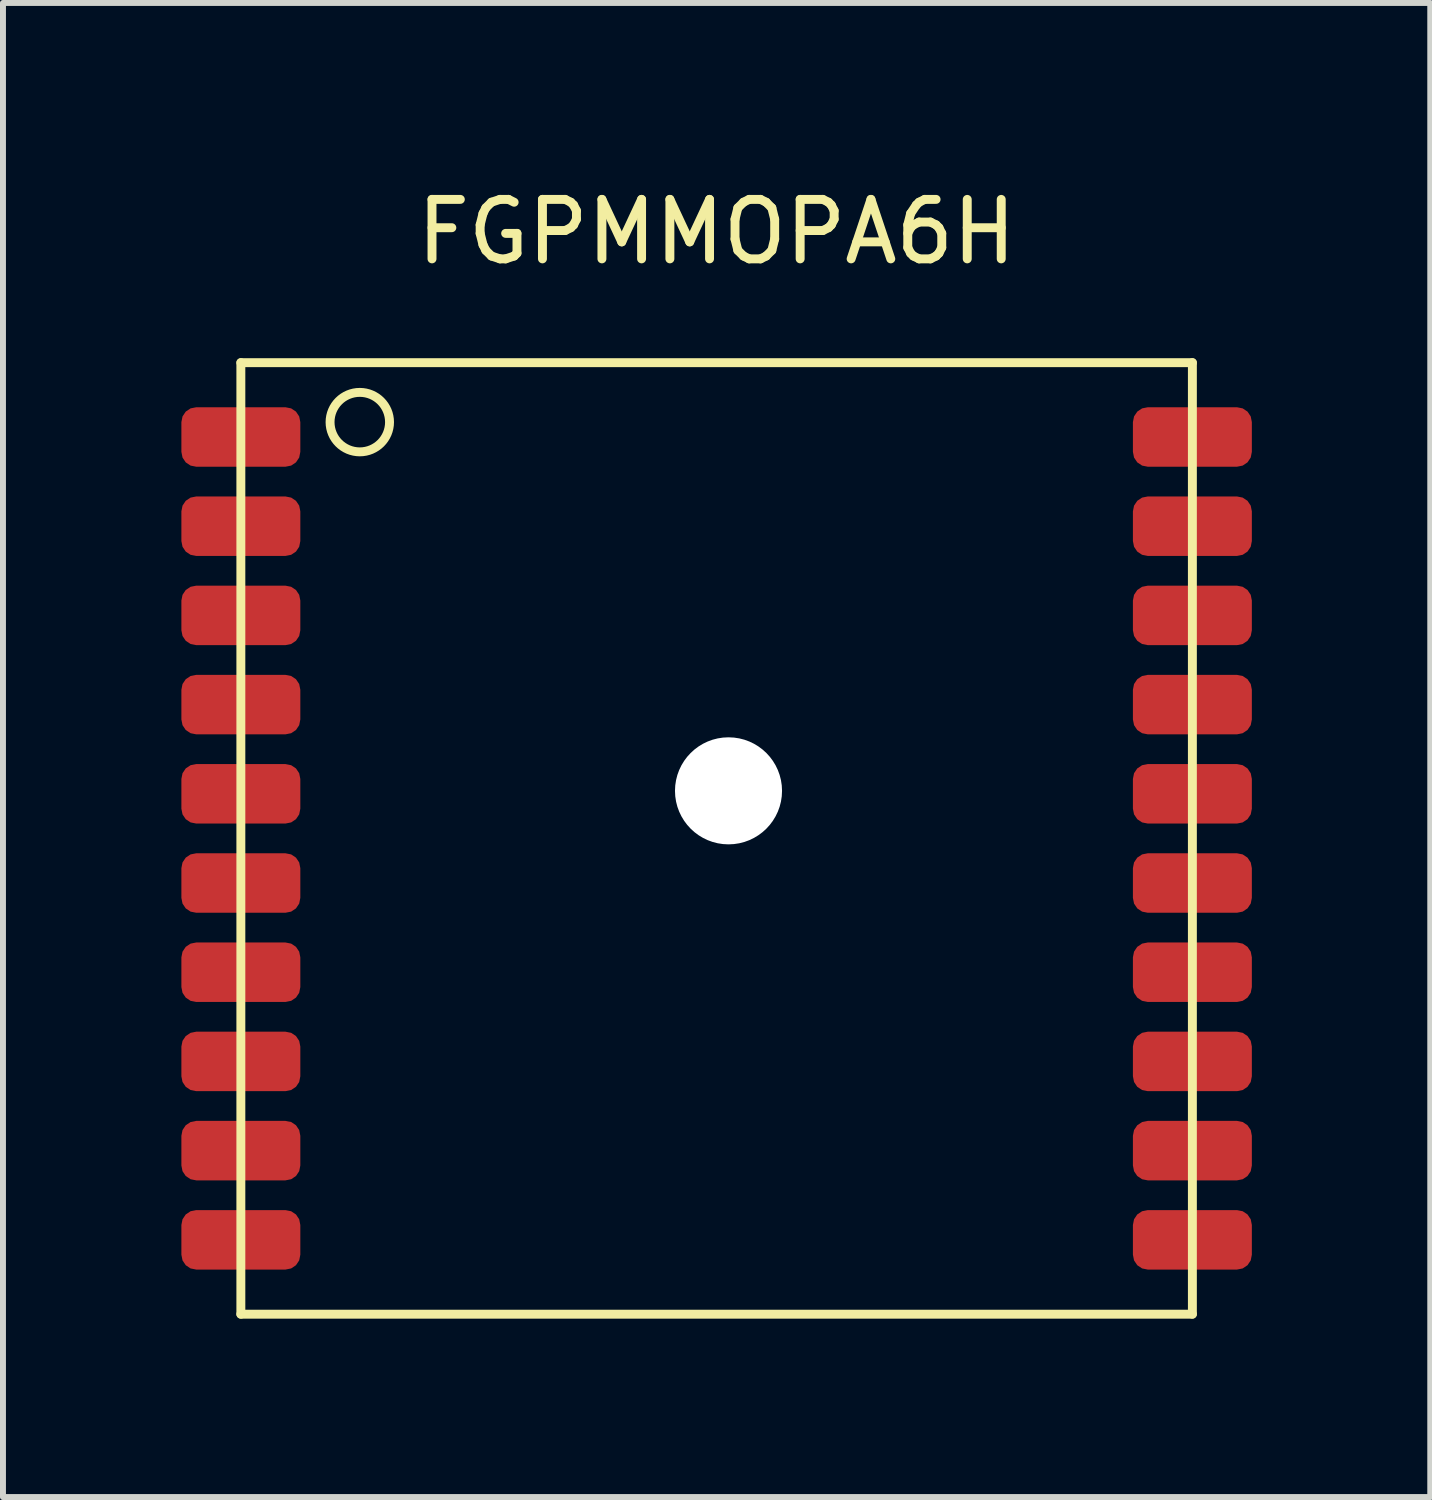
<source format=kicad_pcb>
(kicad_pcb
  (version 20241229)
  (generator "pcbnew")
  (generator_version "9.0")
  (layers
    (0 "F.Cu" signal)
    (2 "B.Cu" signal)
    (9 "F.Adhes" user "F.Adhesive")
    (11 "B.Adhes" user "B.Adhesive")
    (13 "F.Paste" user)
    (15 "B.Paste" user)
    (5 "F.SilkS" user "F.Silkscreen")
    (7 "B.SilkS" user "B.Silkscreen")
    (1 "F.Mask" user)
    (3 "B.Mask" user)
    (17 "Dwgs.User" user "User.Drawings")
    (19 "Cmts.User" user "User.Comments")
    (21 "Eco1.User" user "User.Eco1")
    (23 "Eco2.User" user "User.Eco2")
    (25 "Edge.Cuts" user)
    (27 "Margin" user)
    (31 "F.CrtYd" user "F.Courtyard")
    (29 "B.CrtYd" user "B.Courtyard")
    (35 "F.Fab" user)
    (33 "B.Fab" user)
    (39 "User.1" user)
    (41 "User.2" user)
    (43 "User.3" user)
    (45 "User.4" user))
  (footprint "FGPMMOPA6H"
    (layer "F.Cu")
    (at 9 11.048)
    (property "Reference" "FGPMMOPA6H" (at 0 -10.2 0) (layer "F.SilkS") (effects (font (size 1 1) (thickness 0.15))))
    (attr through_hole)
    (fp_line (start -8 -8) (end 8 -8) (stroke (width 0.15) (type solid)) (layer "F.SilkS"))
    (fp_line (start -8 8) (end -8 -8) (stroke (width 0.15) (type solid)) (layer "F.SilkS"))
    (fp_line (start 8 -8) (end 8 8) (stroke (width 0.15) (type solid)) (layer "F.SilkS"))
    (fp_line (start 8 8) (end -8 8) (stroke (width 0.15) (type solid)) (layer "F.SilkS"))
    (fp_circle (center -6 -7) (end -5.5 -7) (stroke (width 0.15) (type solid)) (fill no) (layer "F.SilkS"))
    (pad "" np_thru_hole circle (at 0.2 -0.8) (size 1.8 1.8) (drill 1.8) (layers "*.Cu" "*.Mask"))
    (pad "1" smd roundrect (at -8 -6.75) (size 2 1) (layers "F.Cu" "F.Mask" "F.Paste") (roundrect_rratio 0.25))
    (pad "2" smd roundrect (at -8 -5.25) (size 2 1) (layers "F.Cu" "F.Mask" "F.Paste") (roundrect_rratio 0.25))
    (pad "3" smd roundrect (at -8 -3.75) (size 2 1) (layers "F.Cu" "F.Mask" "F.Paste") (roundrect_rratio 0.25))
    (pad "4" smd roundrect (at -8 -2.25) (size 2 1) (layers "F.Cu" "F.Mask" "F.Paste") (roundrect_rratio 0.25))
    (pad "5" smd roundrect (at -8 -0.75) (size 2 1) (layers "F.Cu" "F.Mask" "F.Paste") (roundrect_rratio 0.25))
    (pad "6" smd roundrect (at -8 0.75) (size 2 1) (layers "F.Cu" "F.Mask" "F.Paste") (roundrect_rratio 0.25))
    (pad "7" smd roundrect (at -8 2.25) (size 2 1) (layers "F.Cu" "F.Mask" "F.Paste") (roundrect_rratio 0.25))
    (pad "8" smd roundrect (at -8 3.75) (size 2 1) (layers "F.Cu" "F.Mask" "F.Paste") (roundrect_rratio 0.25))
    (pad "9" smd roundrect (at -8 5.25) (size 2 1) (layers "F.Cu" "F.Mask" "F.Paste") (roundrect_rratio 0.25))
    (pad "10" smd roundrect (at -8 6.75) (size 2 1) (layers "F.Cu" "F.Mask" "F.Paste") (roundrect_rratio 0.25))
    (pad "11" smd roundrect (at 8 6.75) (size 2 1) (layers "F.Cu" "F.Mask" "F.Paste") (roundrect_rratio 0.25))
    (pad "12" smd roundrect (at 8 5.25) (size 2 1) (layers "F.Cu" "F.Mask" "F.Paste") (roundrect_rratio 0.25))
    (pad "13" smd roundrect (at 8 3.75) (size 2 1) (layers "F.Cu" "F.Mask" "F.Paste") (roundrect_rratio 0.25))
    (pad "14" smd roundrect (at 8 2.25) (size 2 1) (layers "F.Cu" "F.Mask" "F.Paste") (roundrect_rratio 0.25))
    (pad "15" smd roundrect (at 8 0.75) (size 2 1) (layers "F.Cu" "F.Mask" "F.Paste") (roundrect_rratio 0.25))
    (pad "16" smd roundrect (at 8 -0.75) (size 2 1) (layers "F.Cu" "F.Mask" "F.Paste") (roundrect_rratio 0.25))
    (pad "17" smd roundrect (at 8 -2.25) (size 2 1) (layers "F.Cu" "F.Mask" "F.Paste") (roundrect_rratio 0.25))
    (pad "18" smd roundrect (at 8 -3.75) (size 2 1) (layers "F.Cu" "F.Mask" "F.Paste") (roundrect_rratio 0.25))
    (pad "19" smd roundrect (at 8 -5.25) (size 2 1) (layers "F.Cu" "F.Mask" "F.Paste") (roundrect_rratio 0.25))
    (pad "20" smd roundrect (at 8 -6.75) (size 2 1) (layers "F.Cu" "F.Mask" "F.Paste") (roundrect_rratio 0.25)))
  (gr_rect
    (start -3 -3)
    (end 21 22.123)
    (stroke (width 0.1) (type default))
    (fill no)
    (layer "Edge.Cuts")))
</source>
